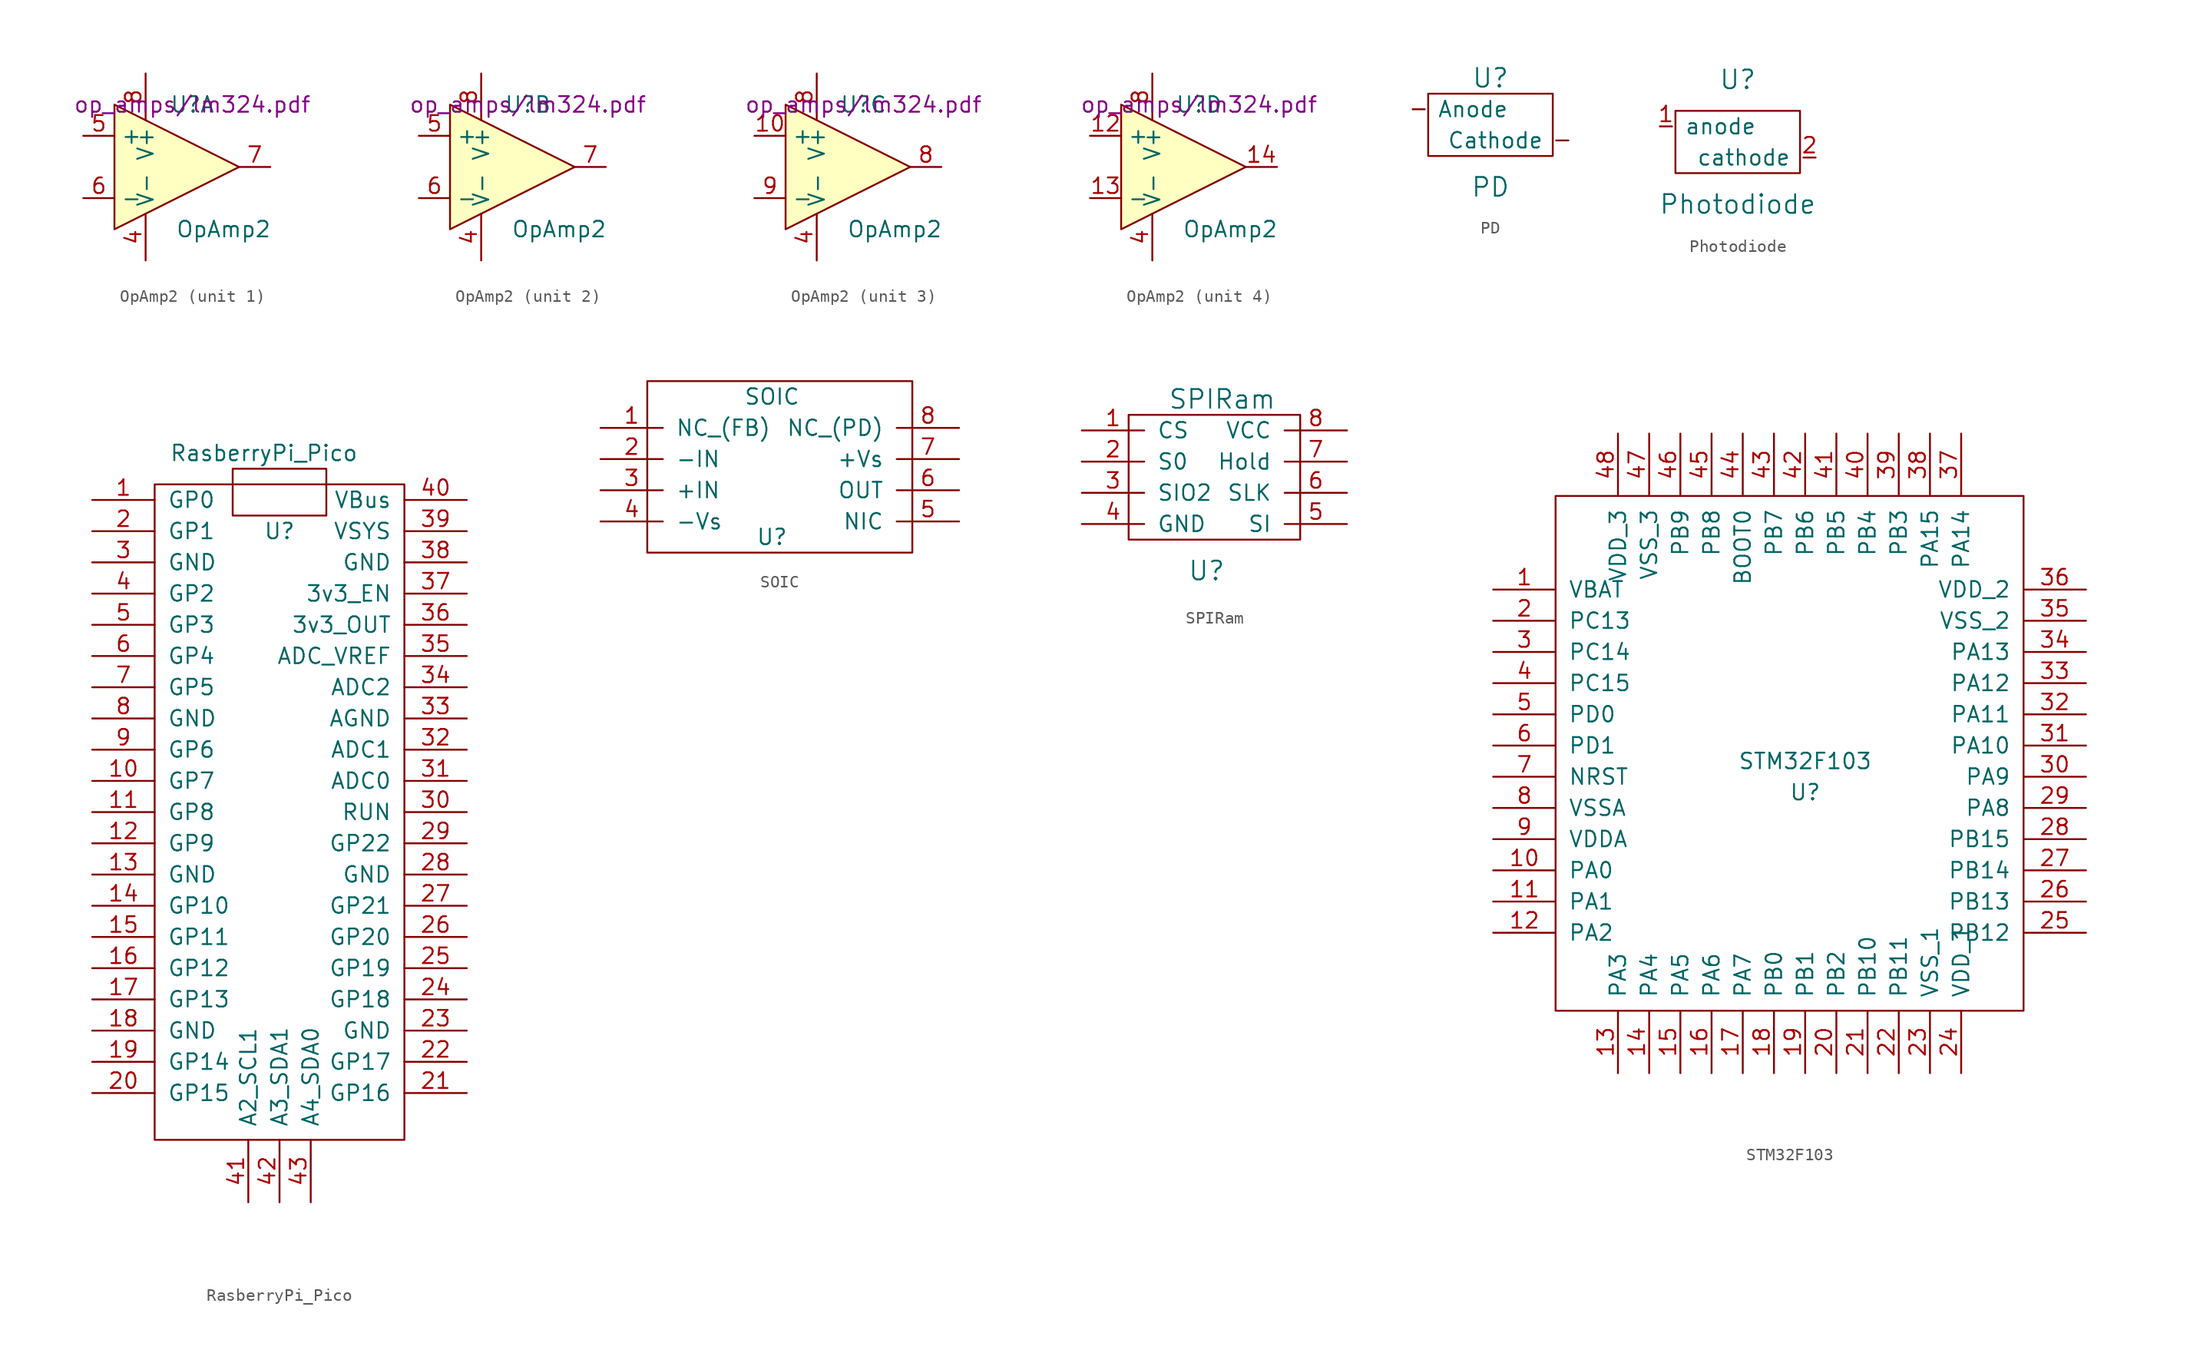
<source format=kicad_sym>
(kicad_symbol_lib
  (version 20220914)
  (generator kicad_symbol_editor)
  (symbol "OpAmp2"
    (property "Reference" "U"
      (at 1.27 5.08 0)
      (effects (font (size 1.27 1.27))))
    (property "Value" "OpAmp2"
      (at 3.81 -5.08 0)
      (effects (font (size 1.27 1.27))))
    (property "Footprint" ""
      (at -1.27 2.54 0)
      (effects (font (size 1.27 1.27))))
    (property "Datasheet" "op_amps/lm324.pdf"
      (at 1.27 5.08 0)
      (effects (font (size 1.27 1.27))))
    (symbol "OpAmp2_0_1"
      (polyline (pts (xy -5.08 5.08) (xy 5.08 0) (xy -5.08 -5.08) (xy -5.08 5.08)) (stroke (width 0.152) (type solid)) (fill (type background)))
      (pin power_in line (at -2.54 -7.62 90) (length 3.81) (name "V-" (effects (font (size 1.27 1.27)))) (number "4" (effects (font (size 1.27 1.27)))))
      (pin power_in line (at -2.54 7.62 270) (length 3.81) (name "V+" (effects (font (size 1.27 1.27)))) (number "8" (effects (font (size 1.27 1.27))))))
    (symbol "OpAmp2_1_1"
      (pin input line (at -7.62 2.54 0) (length 2.54) (name "+" (effects (font (size 1.27 1.27)))) (number "5" (effects (font (size 1.27 1.27)))))
      (pin input line (at -7.62 -2.54 0) (length 2.54) (name "-" (effects (font (size 1.27 1.27)))) (number "6" (effects (font (size 1.27 1.27)))))
      (pin output line (at 7.62 0 180) (length 2.54) (name "~" (effects (font (size 1.27 1.27)))) (number "7" (effects (font (size 1.27 1.27))))))
    (symbol "OpAmp2_2_1"
      (pin input line (at -7.62 2.54 0) (length 2.54) (name "+" (effects (font (size 1.27 1.27)))) (number "5" (effects (font (size 1.27 1.27)))))
      (pin input line (at -7.62 -2.54 0) (length 2.54) (name "-" (effects (font (size 1.27 1.27)))) (number "6" (effects (font (size 1.27 1.27)))))
      (pin output line (at 7.62 0 180) (length 2.54) (name "~" (effects (font (size 1.27 1.27)))) (number "7" (effects (font (size 1.27 1.27))))))
    (symbol "OpAmp2_3_1"
      (pin input line (at -7.62 2.54 0) (length 2.54) (name "+" (effects (font (size 1.27 1.27)))) (number "10" (effects (font (size 1.27 1.27)))))
      (pin output line (at 7.62 0 180) (length 2.54) (name "~" (effects (font (size 1.27 1.27)))) (number "8" (effects (font (size 1.27 1.27)))))
      (pin input line (at -7.62 -2.54 0) (length 2.54) (name "-" (effects (font (size 1.27 1.27)))) (number "9" (effects (font (size 1.27 1.27))))))
    (symbol "OpAmp2_4_1"
      (pin input line (at -7.62 2.54 0) (length 2.54) (name "+" (effects (font (size 1.27 1.27)))) (number "12" (effects (font (size 1.27 1.27)))))
      (pin input line (at -7.62 -2.54 0) (length 2.54) (name "-" (effects (font (size 1.27 1.27)))) (number "13" (effects (font (size 1.27 1.27)))))
      (pin output line (at 7.62 0 180) (length 2.54) (name "~" (effects (font (size 1.27 1.27)))) (number "14" (effects (font (size 1.27 1.27)))))))
  (symbol "PD"
    (pin_names
      (offset 1.016))
    (property "Reference" "U"
      (at 0 3.81 0)
      (effects (font (size 1.524 1.524))))
    (property "Value" "PD"
      (at 0 -5.08 0)
      (effects (font (size 1.524 1.524))))
    (property "Footprint" ""
      (at 0 0 0)
      (effects (font (size 1.524 1.524))))
    (property "Datasheet" ""
      (at 0 0 0)
      (effects (font (size 1.524 1.524))))
    (symbol "PD_0_1"
      (rectangle (start 5.08 -2.54) (end -5.08 2.54) (stroke (width 0) (type solid)) (fill (type none))))
    (symbol "PD_1_1"
      (pin input line (at -6.35 1.27 0) (length 0.991) (name "Anode" (effects (font (size 1.27 1.27)))) (number "~" (effects (font (size 1.27 1.27)))))
      (pin input line (at 6.35 -1.27 180) (length 0.991) (name "Cathode" (effects (font (size 1.27 1.27)))) (number "~" (effects (font (size 1.27 1.27)))))))
  (symbol "Photodiode"
    (pin_names
      (offset 1.016))
    (property "Reference" "U"
      (at 0 5.08 0)
      (effects (font (size 1.524 1.524))))
    (property "Value" "Photodiode"
      (at 0 -5.08 0)
      (effects (font (size 1.524 1.524))))
    (property "Footprint" ""
      (at 0 0 0)
      (effects (font (size 1.524 1.524))))
    (property "Datasheet" ""
      (at 0 0 0)
      (effects (font (size 1.524 1.524))))
    (symbol "Photodiode_0_1"
      (rectangle (start 5.08 -2.54) (end -5.08 2.54) (stroke (width 0) (type solid)) (fill (type none))))
    (symbol "Photodiode_1_1"
      (pin input line (at -6.35 1.27 0) (length 0.991) (name "anode" (effects (font (size 1.27 1.27)))) (number "1" (effects (font (size 1.27 1.27)))))
      (pin input line (at 6.35 -1.27 180) (length 0.991) (name "cathode" (effects (font (size 1.27 1.27)))) (number "2" (effects (font (size 1.27 1.27)))))))
  (symbol "RasberryPi_Pico"
    (pin_names
      (offset 1.016))
    (property "Reference" "U"
      (at -2.54 13.97 0)
      (effects (font (size 1.27 1.27))))
    (property "Value" "RasberryPi_Pico"
      (at -3.81 20.32 0)
      (effects (font (size 1.27 1.27))))
    (symbol "RasberryPi_Pico_0_1"
      (rectangle (start -12.7 17.78) (end 7.62 -35.56) (stroke (width 0) (type solid)) (fill (type none)))
      (rectangle (start -6.35 19.05) (end 1.27 15.24) (stroke (width 0) (type solid)) (fill (type none))))
    (symbol "RasberryPi_Pico_1_1"
      (pin input line (at -17.78 16.51 0) (length 5.08) (name "GP0" (effects (font (size 1.27 1.27)))) (number "1" (effects (font (size 1.27 1.27)))))
      (pin input line (at -17.78 -6.35 0) (length 5.08) (name "GP7" (effects (font (size 1.27 1.27)))) (number "10" (effects (font (size 1.27 1.27)))))
      (pin input line (at -17.78 -8.89 0) (length 5.08) (name "GP8" (effects (font (size 1.27 1.27)))) (number "11" (effects (font (size 1.27 1.27)))))
      (pin input line (at -17.78 -11.43 0) (length 5.08) (name "GP9" (effects (font (size 1.27 1.27)))) (number "12" (effects (font (size 1.27 1.27)))))
      (pin input line (at -17.78 -13.97 0) (length 5.08) (name "GND" (effects (font (size 1.27 1.27)))) (number "13" (effects (font (size 1.27 1.27)))))
      (pin input line (at -17.78 -16.51 0) (length 5.08) (name "GP10" (effects (font (size 1.27 1.27)))) (number "14" (effects (font (size 1.27 1.27)))))
      (pin input line (at -17.78 -19.05 0) (length 5.08) (name "GP11" (effects (font (size 1.27 1.27)))) (number "15" (effects (font (size 1.27 1.27)))))
      (pin input line (at -17.78 -21.59 0) (length 5.08) (name "GP12" (effects (font (size 1.27 1.27)))) (number "16" (effects (font (size 1.27 1.27)))))
      (pin input line (at -17.78 -24.13 0) (length 5.08) (name "GP13" (effects (font (size 1.27 1.27)))) (number "17" (effects (font (size 1.27 1.27)))))
      (pin input line (at -17.78 -26.67 0) (length 5.08) (name "GND" (effects (font (size 1.27 1.27)))) (number "18" (effects (font (size 1.27 1.27)))))
      (pin input line (at -17.78 -29.21 0) (length 5.08) (name "GP14" (effects (font (size 1.27 1.27)))) (number "19" (effects (font (size 1.27 1.27)))))
      (pin input line (at -17.78 13.97 0) (length 5.08) (name "GP1" (effects (font (size 1.27 1.27)))) (number "2" (effects (font (size 1.27 1.27)))))
      (pin input line (at -17.78 -31.75 0) (length 5.08) (name "GP15" (effects (font (size 1.27 1.27)))) (number "20" (effects (font (size 1.27 1.27)))))
      (pin input line (at 12.7 -31.75 180) (length 5.08) (name "GP16" (effects (font (size 1.27 1.27)))) (number "21" (effects (font (size 1.27 1.27)))))
      (pin input line (at 12.7 -29.21 180) (length 5.08) (name "GP17" (effects (font (size 1.27 1.27)))) (number "22" (effects (font (size 1.27 1.27)))))
      (pin input line (at 12.7 -26.67 180) (length 5.08) (name "GND" (effects (font (size 1.27 1.27)))) (number "23" (effects (font (size 1.27 1.27)))))
      (pin input line (at 12.7 -24.13 180) (length 5.08) (name "GP18" (effects (font (size 1.27 1.27)))) (number "24" (effects (font (size 1.27 1.27)))))
      (pin input line (at 12.7 -21.59 180) (length 5.08) (name "GP19" (effects (font (size 1.27 1.27)))) (number "25" (effects (font (size 1.27 1.27)))))
      (pin input line (at 12.7 -19.05 180) (length 5.08) (name "GP20" (effects (font (size 1.27 1.27)))) (number "26" (effects (font (size 1.27 1.27)))))
      (pin input line (at 12.7 -16.51 180) (length 5.08) (name "GP21" (effects (font (size 1.27 1.27)))) (number "27" (effects (font (size 1.27 1.27)))))
      (pin input line (at 12.7 -13.97 180) (length 5.08) (name "GND" (effects (font (size 1.27 1.27)))) (number "28" (effects (font (size 1.27 1.27)))))
      (pin input line (at 12.7 -11.43 180) (length 5.08) (name "GP22" (effects (font (size 1.27 1.27)))) (number "29" (effects (font (size 1.27 1.27)))))
      (pin input line (at -17.78 11.43 0) (length 5.08) (name "GND" (effects (font (size 1.27 1.27)))) (number "3" (effects (font (size 1.27 1.27)))))
      (pin input line (at 12.7 -8.89 180) (length 5.08) (name "RUN" (effects (font (size 1.27 1.27)))) (number "30" (effects (font (size 1.27 1.27)))))
      (pin input line (at 12.7 -6.35 180) (length 5.08) (name "ADC0" (effects (font (size 1.27 1.27)))) (number "31" (effects (font (size 1.27 1.27)))))
      (pin input line (at 12.7 -3.81 180) (length 5.08) (name "ADC1" (effects (font (size 1.27 1.27)))) (number "32" (effects (font (size 1.27 1.27)))))
      (pin input line (at 12.7 -1.27 180) (length 5.08) (name "AGND" (effects (font (size 1.27 1.27)))) (number "33" (effects (font (size 1.27 1.27)))))
      (pin input line (at 12.7 1.27 180) (length 5.08) (name "ADC2" (effects (font (size 1.27 1.27)))) (number "34" (effects (font (size 1.27 1.27)))))
      (pin input line (at 12.7 3.81 180) (length 5.08) (name "ADC_VREF" (effects (font (size 1.27 1.27)))) (number "35" (effects (font (size 1.27 1.27)))))
      (pin input line (at 12.7 6.35 180) (length 5.08) (name "3v3_OUT" (effects (font (size 1.27 1.27)))) (number "36" (effects (font (size 1.27 1.27)))))
      (pin input line (at 12.7 8.89 180) (length 5.08) (name "3v3_EN" (effects (font (size 1.27 1.27)))) (number "37" (effects (font (size 1.27 1.27)))))
      (pin input line (at 12.7 11.43 180) (length 5.08) (name "GND" (effects (font (size 1.27 1.27)))) (number "38" (effects (font (size 1.27 1.27)))))
      (pin input line (at 12.7 13.97 180) (length 5.08) (name "VSYS" (effects (font (size 1.27 1.27)))) (number "39" (effects (font (size 1.27 1.27)))))
      (pin input line (at -17.78 8.89 0) (length 5.08) (name "GP2" (effects (font (size 1.27 1.27)))) (number "4" (effects (font (size 1.27 1.27)))))
      (pin input line (at 12.7 16.51 180) (length 5.08) (name "VBus" (effects (font (size 1.27 1.27)))) (number "40" (effects (font (size 1.27 1.27)))))
      (pin input line (at -5.08 -40.64 90) (length 5.08) (name "A2_SCL1" (effects (font (size 1.27 1.27)))) (number "41" (effects (font (size 1.27 1.27)))))
      (pin input line (at -2.54 -40.64 90) (length 5.08) (name "A3_SDA1" (effects (font (size 1.27 1.27)))) (number "42" (effects (font (size 1.27 1.27)))))
      (pin input line (at 0 -40.64 90) (length 5.08) (name "A4_SDA0" (effects (font (size 1.27 1.27)))) (number "43" (effects (font (size 1.27 1.27)))))
      (pin input line (at -17.78 6.35 0) (length 5.08) (name "GP3" (effects (font (size 1.27 1.27)))) (number "5" (effects (font (size 1.27 1.27)))))
      (pin input line (at -17.78 3.81 0) (length 5.08) (name "GP4" (effects (font (size 1.27 1.27)))) (number "6" (effects (font (size 1.27 1.27)))))
      (pin input line (at -17.78 1.27 0) (length 5.08) (name "GP5" (effects (font (size 1.27 1.27)))) (number "7" (effects (font (size 1.27 1.27)))))
      (pin input line (at -17.78 -1.27 0) (length 5.08) (name "GND" (effects (font (size 1.27 1.27)))) (number "8" (effects (font (size 1.27 1.27)))))
      (pin input line (at -17.78 -3.81 0) (length 5.08) (name "GP6" (effects (font (size 1.27 1.27)))) (number "9" (effects (font (size 1.27 1.27)))))))
  (symbol "SOIC"
    (pin_names
      (offset 1.016))
    (property "Reference" "U"
      (at 0 -2.54 0)
      (effects (font (size 1.27 1.27))))
    (property "Value" "SOIC"
      (at 0 8.89 0)
      (effects (font (size 1.27 1.27))))
    (symbol "SOIC_0_1"
      (rectangle (start -10.16 10.16) (end 11.43 -3.81) (stroke (width 0) (type solid)) (fill (type none))))
    (symbol "SOIC_1_1"
      (pin input line (at -13.97 6.35 0) (length 5.08) (name "NC_(FB)" (effects (font (size 1.27 1.27)))) (number "1" (effects (font (size 1.27 1.27)))))
      (pin input line (at -13.97 3.81 0) (length 5.08) (name "-IN" (effects (font (size 1.27 1.27)))) (number "2" (effects (font (size 1.27 1.27)))))
      (pin input line (at -13.97 1.27 0) (length 5.08) (name "+IN" (effects (font (size 1.27 1.27)))) (number "3" (effects (font (size 1.27 1.27)))))
      (pin input line (at -13.97 -1.27 0) (length 5.08) (name "-Vs" (effects (font (size 1.27 1.27)))) (number "4" (effects (font (size 1.27 1.27)))))
      (pin input line (at 15.24 -1.27 180) (length 5.08) (name "NIC" (effects (font (size 1.27 1.27)))) (number "5" (effects (font (size 1.27 1.27)))))
      (pin input line (at 15.24 1.27 180) (length 5.08) (name "OUT" (effects (font (size 1.27 1.27)))) (number "6" (effects (font (size 1.27 1.27)))))
      (pin input line (at 15.24 3.81 180) (length 5.08) (name "+Vs" (effects (font (size 1.27 1.27)))) (number "7" (effects (font (size 1.27 1.27)))))
      (pin input line (at 15.24 6.35 180) (length 5.08) (name "NC_(PD)" (effects (font (size 1.27 1.27)))) (number "8" (effects (font (size 1.27 1.27)))))))
  (symbol "SPIRam"
    (pin_names
      (offset 1.016))
    (property "Reference" "U"
      (at 0 -7.62 0)
      (effects (font (size 1.524 1.524))))
    (property "Value" "SPIRam"
      (at 1.27 6.35 0)
      (effects (font (size 1.524 1.524))))
    (property "Footprint" ""
      (at 0 0 0)
      (effects (font (size 1.524 1.524))))
    (property "Datasheet" ""
      (at 0 0 0)
      (effects (font (size 1.524 1.524))))
    (symbol "SPIRam_0_1"
      (rectangle (start -6.35 5.08) (end 7.62 -5.08) (stroke (width 0) (type solid)) (fill (type none))))
    (symbol "SPIRam_1_1"
      (pin input line (at -10.16 3.81 0) (length 5.08) (name "CS" (effects (font (size 1.27 1.27)))) (number "1" (effects (font (size 1.27 1.27)))))
      (pin input line (at -10.16 1.27 0) (length 5.08) (name "S0" (effects (font (size 1.27 1.27)))) (number "2" (effects (font (size 1.27 1.27)))))
      (pin input line (at -10.16 -1.27 0) (length 5.08) (name "SIO2" (effects (font (size 1.27 1.27)))) (number "3" (effects (font (size 1.27 1.27)))))
      (pin input line (at -10.16 -3.81 0) (length 5.08) (name "GND" (effects (font (size 1.27 1.27)))) (number "4" (effects (font (size 1.27 1.27)))))
      (pin input line (at 11.43 -3.81 180) (length 5.08) (name "SI" (effects (font (size 1.27 1.27)))) (number "5" (effects (font (size 1.27 1.27)))))
      (pin input line (at 11.43 -1.27 180) (length 5.08) (name "SLK" (effects (font (size 1.27 1.27)))) (number "6" (effects (font (size 1.27 1.27)))))
      (pin input line (at 11.43 1.27 180) (length 5.08) (name "Hold" (effects (font (size 1.27 1.27)))) (number "7" (effects (font (size 1.27 1.27)))))
      (pin input line (at 11.43 3.81 180) (length 5.08) (name "VCC" (effects (font (size 1.27 1.27)))) (number "8" (effects (font (size 1.27 1.27)))))))
  (symbol "STM32F103"
    (pin_names
      (offset 1.016))
    (property "Reference" "U"
      (at 0 -2.54 0)
      (effects (font (size 1.27 1.27))))
    (property "Value" "STM32F103"
      (at 0 0 0)
      (effects (font (size 1.27 1.27))))
    (symbol "STM32F103_1_1"
      (rectangle (start -20.32 -20.32) (end 17.78 21.59) (stroke (width 0) (type solid)) (fill (type none)))
      (pin input line (at -25.4 13.97 0) (length 5.08) (name "VBAT" (effects (font (size 1.27 1.27)))) (number "1" (effects (font (size 1.27 1.27)))))
      (pin input line (at -25.4 -8.89 0) (length 5.08) (name "PA0" (effects (font (size 1.27 1.27)))) (number "10" (effects (font (size 1.27 1.27)))))
      (pin input line (at -25.4 -11.43 0) (length 5.08) (name "PA1" (effects (font (size 1.27 1.27)))) (number "11" (effects (font (size 1.27 1.27)))))
      (pin input line (at -25.4 -13.97 0) (length 5.08) (name "PA2" (effects (font (size 1.27 1.27)))) (number "12" (effects (font (size 1.27 1.27)))))
      (pin input line (at -15.24 -25.4 90) (length 5.08) (name "PA3" (effects (font (size 1.27 1.27)))) (number "13" (effects (font (size 1.27 1.27)))))
      (pin input line (at -12.7 -25.4 90) (length 5.08) (name "PA4" (effects (font (size 1.27 1.27)))) (number "14" (effects (font (size 1.27 1.27)))))
      (pin input line (at -10.16 -25.4 90) (length 5.08) (name "PA5" (effects (font (size 1.27 1.27)))) (number "15" (effects (font (size 1.27 1.27)))))
      (pin input line (at -7.62 -25.4 90) (length 5.08) (name "PA6" (effects (font (size 1.27 1.27)))) (number "16" (effects (font (size 1.27 1.27)))))
      (pin input line (at -5.08 -25.4 90) (length 5.08) (name "PA7" (effects (font (size 1.27 1.27)))) (number "17" (effects (font (size 1.27 1.27)))))
      (pin input line (at -2.54 -25.4 90) (length 5.08) (name "PB0" (effects (font (size 1.27 1.27)))) (number "18" (effects (font (size 1.27 1.27)))))
      (pin input line (at 0 -25.4 90) (length 5.08) (name "PB1" (effects (font (size 1.27 1.27)))) (number "19" (effects (font (size 1.27 1.27)))))
      (pin input line (at -25.4 11.43 0) (length 5.08) (name "PC13" (effects (font (size 1.27 1.27)))) (number "2" (effects (font (size 1.27 1.27)))))
      (pin input line (at 2.54 -25.4 90) (length 5.08) (name "PB2" (effects (font (size 1.27 1.27)))) (number "20" (effects (font (size 1.27 1.27)))))
      (pin input line (at 5.08 -25.4 90) (length 5.08) (name "PB10" (effects (font (size 1.27 1.27)))) (number "21" (effects (font (size 1.27 1.27)))))
      (pin input line (at 7.62 -25.4 90) (length 5.08) (name "PB11" (effects (font (size 1.27 1.27)))) (number "22" (effects (font (size 1.27 1.27)))))
      (pin input line (at 10.16 -25.4 90) (length 5.08) (name "VSS_1" (effects (font (size 1.27 1.27)))) (number "23" (effects (font (size 1.27 1.27)))))
      (pin input line (at 12.7 -25.4 90) (length 5.08) (name "VDD_1" (effects (font (size 1.27 1.27)))) (number "24" (effects (font (size 1.27 1.27)))))
      (pin input line (at 22.86 -13.97 180) (length 5.08) (name "PB12" (effects (font (size 1.27 1.27)))) (number "25" (effects (font (size 1.27 1.27)))))
      (pin input line (at 22.86 -11.43 180) (length 5.08) (name "PB13" (effects (font (size 1.27 1.27)))) (number "26" (effects (font (size 1.27 1.27)))))
      (pin input line (at 22.86 -8.89 180) (length 5.08) (name "PB14" (effects (font (size 1.27 1.27)))) (number "27" (effects (font (size 1.27 1.27)))))
      (pin input line (at 22.86 -6.35 180) (length 5.08) (name "PB15" (effects (font (size 1.27 1.27)))) (number "28" (effects (font (size 1.27 1.27)))))
      (pin input line (at 22.86 -3.81 180) (length 5.08) (name "PA8" (effects (font (size 1.27 1.27)))) (number "29" (effects (font (size 1.27 1.27)))))
      (pin input line (at -25.4 8.89 0) (length 5.08) (name "PC14" (effects (font (size 1.27 1.27)))) (number "3" (effects (font (size 1.27 1.27)))))
      (pin input line (at 22.86 -1.27 180) (length 5.08) (name "PA9" (effects (font (size 1.27 1.27)))) (number "30" (effects (font (size 1.27 1.27)))))
      (pin input line (at 22.86 1.27 180) (length 5.08) (name "PA10" (effects (font (size 1.27 1.27)))) (number "31" (effects (font (size 1.27 1.27)))))
      (pin input line (at 22.86 3.81 180) (length 5.08) (name "PA11" (effects (font (size 1.27 1.27)))) (number "32" (effects (font (size 1.27 1.27)))))
      (pin input line (at 22.86 6.35 180) (length 5.08) (name "PA12" (effects (font (size 1.27 1.27)))) (number "33" (effects (font (size 1.27 1.27)))))
      (pin input line (at 22.86 8.89 180) (length 5.08) (name "PA13" (effects (font (size 1.27 1.27)))) (number "34" (effects (font (size 1.27 1.27)))))
      (pin input line (at 22.86 11.43 180) (length 5.08) (name "VSS_2" (effects (font (size 1.27 1.27)))) (number "35" (effects (font (size 1.27 1.27)))))
      (pin input line (at 22.86 13.97 180) (length 5.08) (name "VDD_2" (effects (font (size 1.27 1.27)))) (number "36" (effects (font (size 1.27 1.27)))))
      (pin input line (at 12.7 26.67 270) (length 5.08) (name "PA14" (effects (font (size 1.27 1.27)))) (number "37" (effects (font (size 1.27 1.27)))))
      (pin input line (at 10.16 26.67 270) (length 5.08) (name "PA15" (effects (font (size 1.27 1.27)))) (number "38" (effects (font (size 1.27 1.27)))))
      (pin input line (at 7.62 26.67 270) (length 5.08) (name "PB3" (effects (font (size 1.27 1.27)))) (number "39" (effects (font (size 1.27 1.27)))))
      (pin input line (at -25.4 6.35 0) (length 5.08) (name "PC15" (effects (font (size 1.27 1.27)))) (number "4" (effects (font (size 1.27 1.27)))))
      (pin input line (at 5.08 26.67 270) (length 5.08) (name "PB4" (effects (font (size 1.27 1.27)))) (number "40" (effects (font (size 1.27 1.27)))))
      (pin input line (at 2.54 26.67 270) (length 5.08) (name "PB5" (effects (font (size 1.27 1.27)))) (number "41" (effects (font (size 1.27 1.27)))))
      (pin input line (at 0 26.67 270) (length 5.08) (name "PB6" (effects (font (size 1.27 1.27)))) (number "42" (effects (font (size 1.27 1.27)))))
      (pin input line (at -2.54 26.67 270) (length 5.08) (name "PB7" (effects (font (size 1.27 1.27)))) (number "43" (effects (font (size 1.27 1.27)))))
      (pin input line (at -5.08 26.67 270) (length 5.08) (name "BOOT0" (effects (font (size 1.27 1.27)))) (number "44" (effects (font (size 1.27 1.27)))))
      (pin input line (at -7.62 26.67 270) (length 5.08) (name "PB8" (effects (font (size 1.27 1.27)))) (number "45" (effects (font (size 1.27 1.27)))))
      (pin input line (at -10.16 26.67 270) (length 5.08) (name "PB9" (effects (font (size 1.27 1.27)))) (number "46" (effects (font (size 1.27 1.27)))))
      (pin input line (at -12.7 26.67 270) (length 5.08) (name "VSS_3" (effects (font (size 1.27 1.27)))) (number "47" (effects (font (size 1.27 1.27)))))
      (pin input line (at -15.24 26.67 270) (length 5.08) (name "VDD_3" (effects (font (size 1.27 1.27)))) (number "48" (effects (font (size 1.27 1.27)))))
      (pin input line (at -25.4 3.81 0) (length 5.08) (name "PD0" (effects (font (size 1.27 1.27)))) (number "5" (effects (font (size 1.27 1.27)))))
      (pin input line (at -25.4 1.27 0) (length 5.08) (name "PD1" (effects (font (size 1.27 1.27)))) (number "6" (effects (font (size 1.27 1.27)))))
      (pin input line (at -25.4 -1.27 0) (length 5.08) (name "NRST" (effects (font (size 1.27 1.27)))) (number "7" (effects (font (size 1.27 1.27)))))
      (pin input line (at -25.4 -3.81 0) (length 5.08) (name "VSSA" (effects (font (size 1.27 1.27)))) (number "8" (effects (font (size 1.27 1.27)))))
      (pin input line (at -25.4 -6.35 0) (length 5.08) (name "VDDA" (effects (font (size 1.27 1.27)))) (number "9" (effects (font (size 1.27 1.27))))))))
</source>
